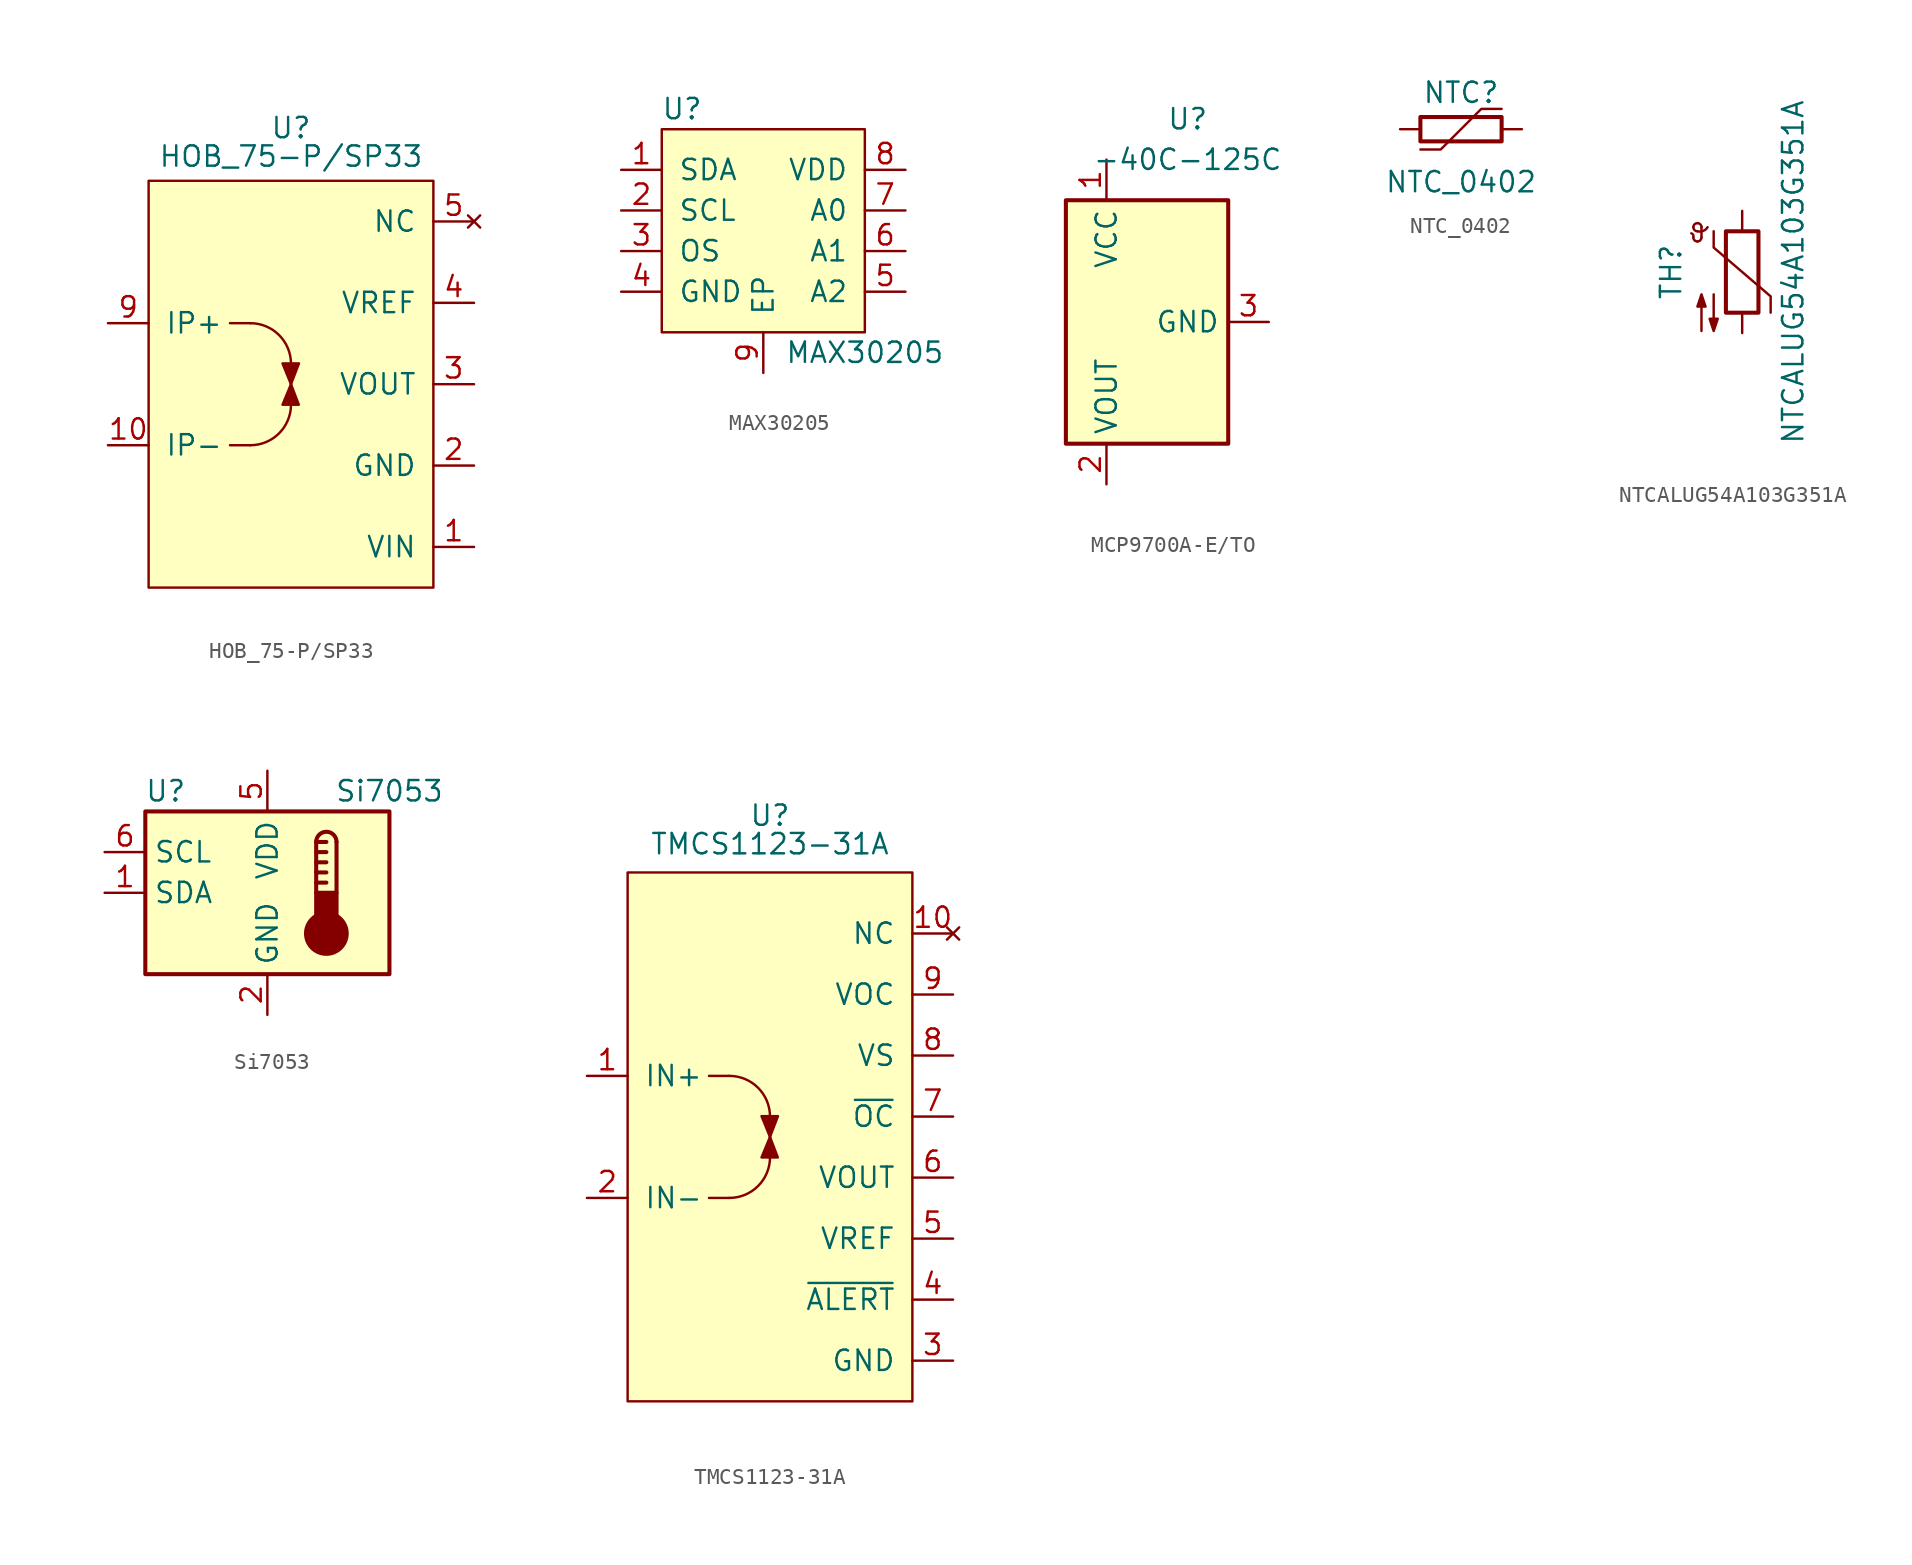
<source format=kicad_sym>
(kicad_symbol_lib
  (version 20231120)
  (generator "kicad_symbol_editor")
  (generator_version "8.0")
  (symbol "HOB_75-P/SP33"
    (pin_names
      (offset 1.016))
    (property "Reference" "U"
      (at 0 16.002 0)
      (effects (font (size 1.27 1.27))))
    (property "Value" "HOB_75-P/SP33"
      (at 0 14.224 0)
      (effects (font (size 1.27 1.27))))
    (symbol "HOB_75-P/SP33_0_1"
      (rectangle (start -8.89 12.7) (end 8.89 -12.7) (stroke (width 0) (type default)) (fill (type background)))
      (arc (start -2.54 -3.81) (mid -0.7439 -3.0661) (end 0 -1.27) (stroke (width 0) (type default)) (fill (type none)))
      (polyline (pts (xy -3.81 -3.81) (xy -2.54 -3.81)) (stroke (width 0) (type default)) (fill (type none)))
      (polyline (pts (xy -3.81 3.81) (xy -2.54 3.81)) (stroke (width 0) (type default)) (fill (type none)))
      (polyline (pts (xy 0 1.27) (xy 0 -1.27)) (stroke (width 0) (type default)) (fill (type none)))
      (arc (start 0 1.27) (mid -0.7439 3.0661) (end -2.54 3.81) (stroke (width 0) (type default)) (fill (type none))))
    (symbol "HOB_75-P/SP33_1_0"
      (pin power_in line (at 11.43 -10.16 180) (length 2.54) (name "VIN" (effects (font (size 1.27 1.27)))) (number "1" (effects (font (size 1.27 1.27)))))
      (pin bidirectional line (at -11.43 -3.81 0) (length 2.54) (name "IP-" (effects (font (size 1.27 1.27)))) (number "10" (effects (font (size 1.27 1.27)))))
      (pin bidirectional line (at -11.43 -3.81 0) (length 2.54) hide (name "IP-" (effects (font (size 1.27 1.27)))) (number "11" (effects (font (size 1.27 1.27)))))
      (pin bidirectional line (at -11.43 -3.81 0) (length 2.54) hide (name "IP-" (effects (font (size 1.27 1.27)))) (number "12" (effects (font (size 1.27 1.27)))))
      (pin bidirectional line (at -11.43 -3.81 0) (length 2.54) hide (name "IP-" (effects (font (size 1.27 1.27)))) (number "13" (effects (font (size 1.27 1.27)))))
      (pin power_in line (at 11.43 -5.08 180) (length 2.54) (name "GND" (effects (font (size 1.27 1.27)))) (number "2" (effects (font (size 1.27 1.27)))))
      (pin output line (at 11.43 0 180) (length 2.54) (name "VOUT" (effects (font (size 1.27 1.27)))) (number "3" (effects (font (size 1.27 1.27)))))
      (pin output line (at 11.43 5.08 180) (length 2.54) (name "VREF" (effects (font (size 1.27 1.27)))) (number "4" (effects (font (size 1.27 1.27)))))
      (pin no_connect line (at 11.43 10.16 180) (length 2.54) (name "NC" (effects (font (size 1.27 1.27)))) (number "5" (effects (font (size 1.27 1.27)))))
      (pin bidirectional line (at -11.43 3.81 0) (length 2.54) hide (name "IP+" (effects (font (size 1.27 1.27)))) (number "6" (effects (font (size 1.27 1.27)))))
      (pin bidirectional line (at -11.43 3.81 0) (length 2.54) hide (name "IP+" (effects (font (size 1.27 1.27)))) (number "7" (effects (font (size 1.27 1.27)))))
      (pin bidirectional line (at -11.43 3.81 0) (length 2.54) hide (name "IP+" (effects (font (size 1.27 1.27)))) (number "8" (effects (font (size 1.27 1.27)))))
      (pin bidirectional line (at -11.43 3.81 0) (length 2.54) (name "IP+" (effects (font (size 1.27 1.27)))) (number "9" (effects (font (size 1.27 1.27))))))
    (symbol "HOB_75-P/SP33_1_1"
      (polyline (pts (xy 0 0) (xy 0.488 -1.281) (xy -0.53 -1.281) (xy 0 0)) (stroke (width 0) (type default)) (fill (type outline)))
      (polyline (pts (xy 0 0) (xy 0.498 1.296) (xy -0.53 1.296) (xy 0 -0.008)) (stroke (width 0) (type default)) (fill (type outline)))))
  (symbol "MAX30205"
    (pin_names
      (offset 1.016))
    (property "Reference" "U"
      (at -5.08 7.62 0)
      (effects (font (size 1.27 1.27))))
    (property "Value" "MAX30205"
      (at 6.35 -7.62 0)
      (effects (font (size 1.27 1.27))))
    (symbol "MAX30205_0_0"
      (pin unspecified line (at -8.89 3.81 0) (length 2.54) (name "SDA" (effects (font (size 1.27 1.27)))) (number "1" (effects (font (size 1.27 1.27)))))
      (pin unspecified line (at -8.89 1.27 0) (length 2.54) (name "SCL" (effects (font (size 1.27 1.27)))) (number "2" (effects (font (size 1.27 1.27)))))
      (pin unspecified line (at -8.89 -1.27 0) (length 2.54) (name "OS" (effects (font (size 1.27 1.27)))) (number "3" (effects (font (size 1.27 1.27)))))
      (pin unspecified line (at -8.89 -3.81 0) (length 2.54) (name "GND" (effects (font (size 1.27 1.27)))) (number "4" (effects (font (size 1.27 1.27)))))
      (pin unspecified line (at 8.89 -3.81 180) (length 2.54) (name "A2" (effects (font (size 1.27 1.27)))) (number "5" (effects (font (size 1.27 1.27)))))
      (pin unspecified line (at 8.89 -1.27 180) (length 2.54) (name "A1" (effects (font (size 1.27 1.27)))) (number "6" (effects (font (size 1.27 1.27)))))
      (pin unspecified line (at 8.89 1.27 180) (length 2.54) (name "A0" (effects (font (size 1.27 1.27)))) (number "7" (effects (font (size 1.27 1.27)))))
      (pin unspecified line (at 8.89 3.81 180) (length 2.54) (name "VDD" (effects (font (size 1.27 1.27)))) (number "8" (effects (font (size 1.27 1.27))))))
    (symbol "MAX30205_0_1"
      (rectangle (start -6.35 6.35) (end 6.35 -6.35) (stroke (width 0) (type default)) (fill (type background))))
    (symbol "MAX30205_1_1"
      (pin input line (at 0 -8.89 90) (length 2.54) (name "EP" (effects (font (size 1.27 1.27)))) (number "9" (effects (font (size 1.27 1.27)))))))
  (symbol "MCP9700A-E/TO"
    (property "Reference" "U"
      (at 2.54 12.7 0)
      (effects (font (size 1.27 1.27))))
    (property "Value" "-40C-125C"
      (at 2.54 10.16 0)
      (effects (font (size 1.27 1.27))))
    (symbol "MCP9700A-E/TO_1_1"
      (rectangle (start -5.08 7.62) (end 5.08 -7.62) (stroke (width 0.254) (type default)) (fill (type background)))
      (pin power_in line (at -2.54 10.16 270) (length 2.54) (name "VCC" (effects (font (size 1.27 1.27)))) (number "1" (effects (font (size 1.27 1.27)))))
      (pin output line (at -2.54 -10.16 90) (length 2.54) (name "VOUT" (effects (font (size 1.27 1.27)))) (number "2" (effects (font (size 1.27 1.27)))))
      (pin power_in line (at 7.62 0 180) (length 2.54) (name "GND" (effects (font (size 1.27 1.27)))) (number "3" (effects (font (size 1.27 1.27)))))))
  (symbol "NTC_0402"
    (pin_numbers hide)
    (pin_names
      (offset 0))
    (property "Reference" "NTC"
      (at 0 2.286 0)
      (effects (font (size 1.27 1.27))))
    (property "Value" "NTC_0402"
      (at 0 -3.302 0)
      (effects (font (size 1.27 1.27))))
    (symbol "NTC_0402_0_1"
      (polyline (pts (xy -2.54 -1.27) (xy -1.27 -1.27) (xy 1.27 1.27) (xy 2.54 1.27)) (stroke (width 0) (type default)) (fill (type none)))
      (rectangle (start 2.54 -0.762) (end -2.54 0.762) (stroke (width 0.254) (type default)) (fill (type none))))
    (symbol "NTC_0402_1_1"
      (pin passive line (at -3.81 0 0) (length 1.27) (name "~" (effects (font (size 1.27 1.27)))) (number "1" (effects (font (size 1.27 1.27)))))
      (pin passive line (at 3.81 0 180) (length 1.27) (name "~" (effects (font (size 1.27 1.27)))) (number "2" (effects (font (size 1.27 1.27)))))))
  (symbol "NTCALUG54A103G351A"
    (pin_numbers hide)
    (pin_names
      (offset 0))
    (property "Reference" "TH"
      (at -4.445 0 90)
      (effects (font (size 1.27 1.27))))
    (property "Value" "NTCALUG54A103G351A"
      (at 3.175 0 90)
      (effects (font (size 1.27 1.27))))
    (symbol "NTCALUG54A103G351A_0_1"
      (arc (start -3.048 2.159) (mid -3.0495 2.3143) (end -3.175 2.413) (stroke (width 0) (type default)) (fill (type none)))
      (arc (start -3.048 2.159) (mid -2.9736 1.9794) (end -2.794 1.905) (stroke (width 0) (type default)) (fill (type none)))
      (arc (start -3.048 2.794) (mid -2.9736 2.6144) (end -2.794 2.54) (stroke (width 0) (type default)) (fill (type none)))
      (arc (start -2.794 1.905) (mid -2.6144 1.9794) (end -2.54 2.159) (stroke (width 0) (type default)) (fill (type none)))
      (arc (start -2.794 2.54) (mid -2.4393 2.5587) (end -2.159 2.794) (stroke (width 0) (type default)) (fill (type none)))
      (arc (start -2.794 3.048) (mid -2.9736 2.9736) (end -3.048 2.794) (stroke (width 0) (type default)) (fill (type none)))
      (arc (start -2.54 2.794) (mid -2.6144 2.9736) (end -2.794 3.048) (stroke (width 0) (type default)) (fill (type none)))
      (rectangle (start -1.016 2.54) (end 1.016 -2.54) (stroke (width 0.254) (type default)) (fill (type none)))
      (polyline (pts (xy -2.54 2.159) (xy -2.54 2.794)) (stroke (width 0) (type default)) (fill (type none)))
      (polyline (pts (xy -1.778 2.54) (xy -1.778 1.524) (xy 1.778 -1.524) (xy 1.778 -2.54)) (stroke (width 0) (type default)) (fill (type none)))
      (polyline (pts (xy -2.54 -3.683) (xy -2.54 -1.397) (xy -2.794 -2.159) (xy -2.286 -2.159) (xy -2.54 -1.397) (xy -2.54 -1.651)) (stroke (width 0) (type default)) (fill (type outline)))
      (polyline (pts (xy -1.778 -1.397) (xy -1.778 -3.683) (xy -2.032 -2.921) (xy -1.524 -2.921) (xy -1.778 -3.683) (xy -1.778 -3.429)) (stroke (width 0) (type default)) (fill (type outline))))
    (symbol "NTCALUG54A103G351A_1_1"
      (pin passive line (at 0 3.81 270) (length 1.27) (name "~" (effects (font (size 1.27 1.27)))) (number "1" (effects (font (size 1.27 1.27)))))
      (pin passive line (at 0 -3.81 90) (length 1.27) (name "~" (effects (font (size 1.27 1.27)))) (number "2" (effects (font (size 1.27 1.27)))))))
  (symbol "Si7053"
    (property "Reference" "U"
      (at -6.35 6.35 0)
      (effects (font (size 1.27 1.27))))
    (property "Value" "Si7053"
      (at 7.62 6.35 0)
      (effects (font (size 1.27 1.27))))
    (symbol "Si7053_0_1"
      (rectangle (start -7.62 5.08) (end 7.62 -5.08) (stroke (width 0.254) (type default)) (fill (type background))))
    (symbol "Si7053_1_1"
      (polyline (pts (xy 3.048 0.635) (xy 3.683 0.635)) (stroke (width 0.254) (type default)) (fill (type none)))
      (polyline (pts (xy 3.048 1.27) (xy 3.683 1.27)) (stroke (width 0.254) (type default)) (fill (type none)))
      (polyline (pts (xy 3.048 1.905) (xy 3.683 1.905)) (stroke (width 0.254) (type default)) (fill (type none)))
      (polyline (pts (xy 3.048 2.54) (xy 3.683 2.54)) (stroke (width 0.254) (type default)) (fill (type none)))
      (polyline (pts (xy 3.048 3.175) (xy 3.048 0)) (stroke (width 0.254) (type default)) (fill (type none)))
      (polyline (pts (xy 3.048 3.175) (xy 3.683 3.175)) (stroke (width 0.254) (type default)) (fill (type none)))
      (polyline (pts (xy 4.318 3.175) (xy 4.318 0)) (stroke (width 0.254) (type default)) (fill (type none)))
      (circle (center 3.683 -2.54) (radius 1.27) (stroke (width 0.254) (type default)) (fill (type outline)))
      (rectangle (start 4.318 -1.905) (end 3.048 0) (stroke (width 0.254) (type default)) (fill (type outline)))
      (arc (start 4.318 3.175) (mid 3.683 3.8072) (end 3.048 3.175) (stroke (width 0.254) (type default)) (fill (type none)))
      (pin bidirectional line (at -10.16 0 0) (length 2.54) (name "SDA" (effects (font (size 1.27 1.27)))) (number "1" (effects (font (size 1.27 1.27)))))
      (pin power_in line (at 0 -7.62 90) (length 2.54) (name "GND" (effects (font (size 1.27 1.27)))) (number "2" (effects (font (size 1.27 1.27)))))
      (pin no_connect line (at 7.62 2.54 180) (length 2.54) hide (name "NC" (effects (font (size 1.27 1.27)))) (number "3" (effects (font (size 1.27 1.27)))))
      (pin no_connect line (at 7.62 -2.54 180) (length 2.54) hide (name "NC" (effects (font (size 1.27 1.27)))) (number "4" (effects (font (size 1.27 1.27)))))
      (pin power_in line (at 0 7.62 270) (length 2.54) (name "VDD" (effects (font (size 1.27 1.27)))) (number "5" (effects (font (size 1.27 1.27)))))
      (pin input line (at -10.16 2.54 0) (length 2.54) (name "SCL" (effects (font (size 1.27 1.27)))) (number "6" (effects (font (size 1.27 1.27)))))))
  (symbol "TMCS1123-31A"
    (pin_names
      (offset 1.016))
    (property "Reference" "U"
      (at 0 20.066 0)
      (effects (font (size 1.27 1.27))))
    (property "Value" "TMCS1123-31A"
      (at 0 18.288 0)
      (effects (font (size 1.27 1.27))))
    (symbol "TMCS1123-31A_0_1"
      (rectangle (start -8.89 16.51) (end 8.89 -16.51) (stroke (width 0) (type default)) (fill (type background)))
      (arc (start -2.54 -3.81) (mid -0.7439 -3.0661) (end 0 -1.27) (stroke (width 0) (type default)) (fill (type none)))
      (polyline (pts (xy -3.81 -3.81) (xy -2.54 -3.81)) (stroke (width 0) (type default)) (fill (type none)))
      (polyline (pts (xy -3.81 3.81) (xy -2.54 3.81)) (stroke (width 0) (type default)) (fill (type none)))
      (polyline (pts (xy 0 1.27) (xy 0 -1.27)) (stroke (width 0) (type default)) (fill (type none)))
      (arc (start 0 1.27) (mid -0.7439 3.0661) (end -2.54 3.81) (stroke (width 0) (type default)) (fill (type none))))
    (symbol "TMCS1123-31A_1_0"
      (pin bidirectional line (at -11.43 3.81 0) (length 2.54) (name "IN+" (effects (font (size 1.27 1.27)))) (number "1" (effects (font (size 1.27 1.27)))))
      (pin no_connect line (at 11.43 12.7 180) (length 2.54) (name "NC" (effects (font (size 1.27 1.27)))) (number "10" (effects (font (size 1.27 1.27)))))
      (pin bidirectional line (at -11.43 -3.81 0) (length 2.54) (name "IN-" (effects (font (size 1.27 1.27)))) (number "2" (effects (font (size 1.27 1.27)))))
      (pin power_in line (at 11.43 -13.97 180) (length 2.54) (name "GND" (effects (font (size 1.27 1.27)))) (number "3" (effects (font (size 1.27 1.27)))))
      (pin input line (at 11.43 -10.16 180) (length 2.54) (name "~{ALERT}" (effects (font (size 1.27 1.27)))) (number "4" (effects (font (size 1.27 1.27)))))
      (pin output line (at 11.43 -6.35 180) (length 2.54) (name "VREF" (effects (font (size 1.27 1.27)))) (number "5" (effects (font (size 1.27 1.27)))))
      (pin power_in line (at 11.43 -2.54 180) (length 2.54) (name "VOUT" (effects (font (size 1.27 1.27)))) (number "6" (effects (font (size 1.27 1.27)))))
      (pin power_in line (at 11.43 1.27 180) (length 2.54) (name "~{OC}" (effects (font (size 1.27 1.27)))) (number "7" (effects (font (size 1.27 1.27)))))
      (pin input line (at 11.43 5.08 180) (length 2.54) (name "VS" (effects (font (size 1.27 1.27)))) (number "8" (effects (font (size 1.27 1.27)))))
      (pin input line (at 11.43 8.89 180) (length 2.54) (name "VOC" (effects (font (size 1.27 1.27)))) (number "9" (effects (font (size 1.27 1.27))))))
    (symbol "TMCS1123-31A_1_1"
      (polyline (pts (xy 0 0) (xy 0.488 -1.281) (xy -0.53 -1.281) (xy 0 0)) (stroke (width 0) (type default)) (fill (type outline)))
      (polyline (pts (xy 0 0) (xy 0.498 1.296) (xy -0.53 1.296) (xy 0 -0.008)) (stroke (width 0) (type default)) (fill (type outline))))))
</source>
